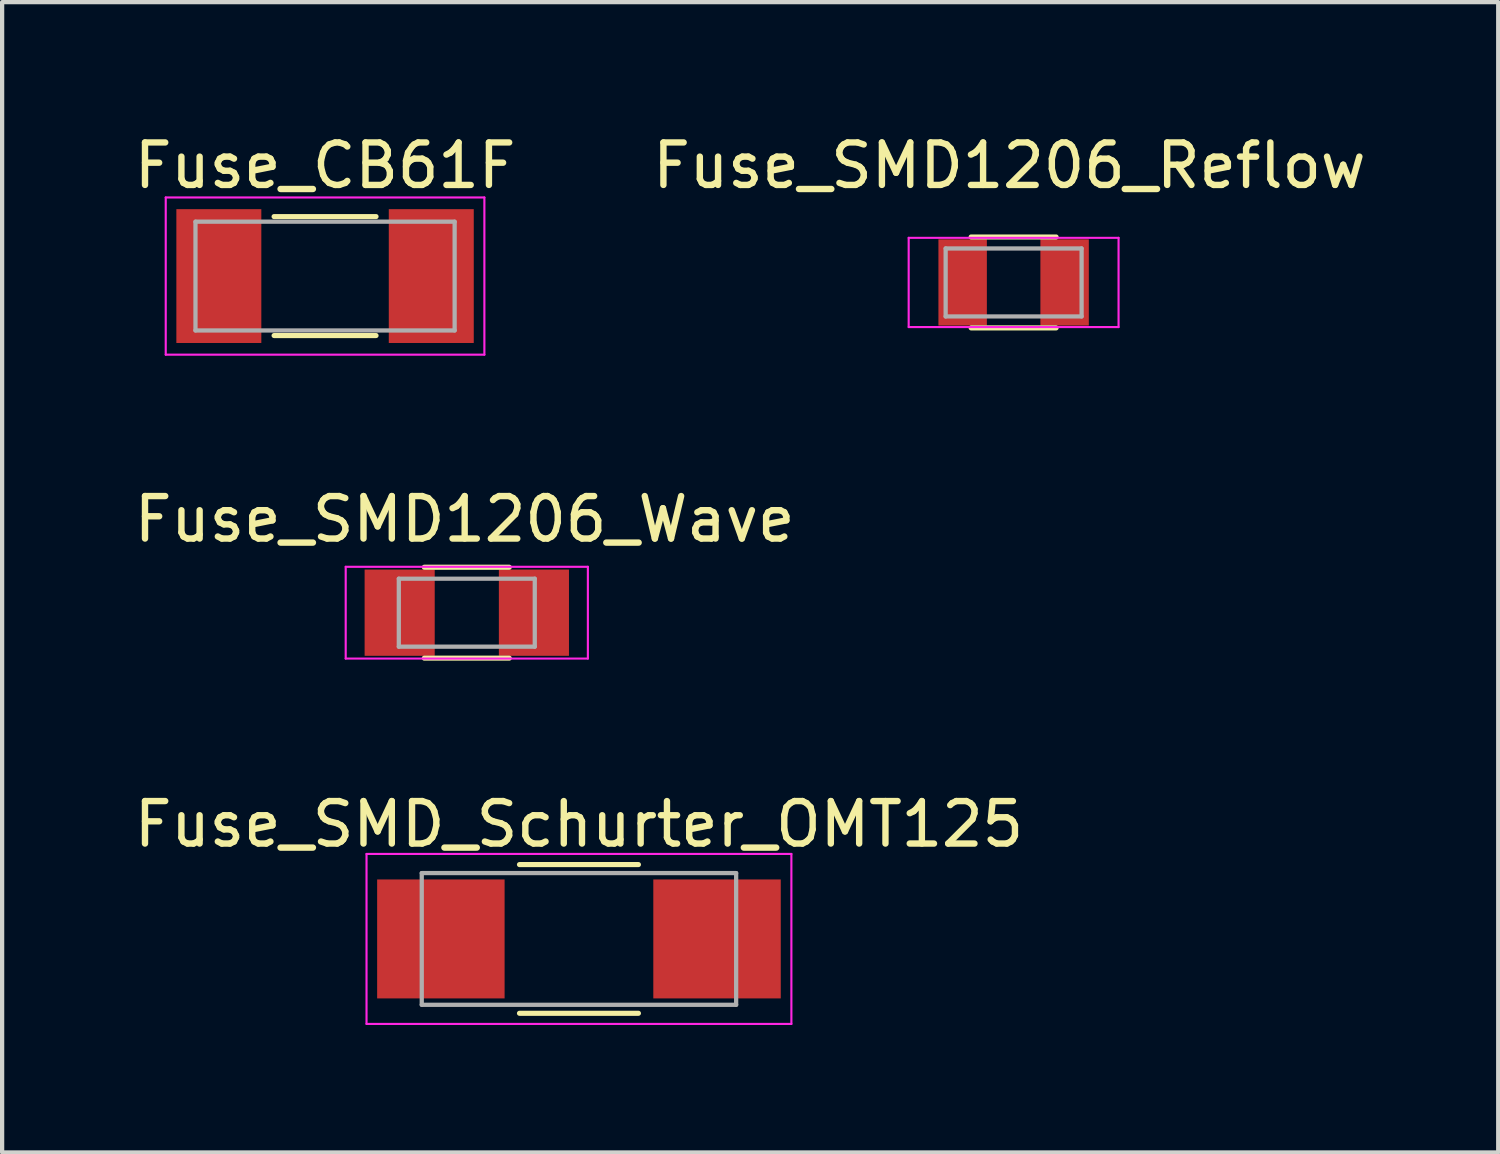
<source format=kicad_pcb>
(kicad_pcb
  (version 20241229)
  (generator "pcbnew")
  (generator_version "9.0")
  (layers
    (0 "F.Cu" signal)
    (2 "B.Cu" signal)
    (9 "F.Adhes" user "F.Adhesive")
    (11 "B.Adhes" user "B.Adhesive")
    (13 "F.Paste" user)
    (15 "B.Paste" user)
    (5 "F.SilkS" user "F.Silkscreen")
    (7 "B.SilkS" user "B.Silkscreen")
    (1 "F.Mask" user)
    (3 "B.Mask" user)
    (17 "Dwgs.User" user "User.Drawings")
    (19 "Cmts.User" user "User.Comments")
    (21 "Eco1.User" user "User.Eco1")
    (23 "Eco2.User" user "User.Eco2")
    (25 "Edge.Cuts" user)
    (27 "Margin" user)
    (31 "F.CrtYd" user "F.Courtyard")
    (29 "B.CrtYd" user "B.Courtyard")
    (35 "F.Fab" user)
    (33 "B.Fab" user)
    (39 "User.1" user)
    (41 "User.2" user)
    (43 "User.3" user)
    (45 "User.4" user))
  (footprint "Fuse_CB61F"
    (layer "F.Cu")
    (at 4.601 3.448)
    (property "Reference" "Fuse_CB61F" (at 0 -2.6 0) (layer "F.SilkS") (effects (font (size 1 1) (thickness 0.15))))
    (attr smd)
    (fp_line (start -1.2 -1.4) (end 1.2 -1.4) (stroke (width 0.12) (type solid)) (layer "F.SilkS"))
    (fp_line (start -1.2 1.4) (end 1.2 1.4) (stroke (width 0.12) (type solid)) (layer "F.SilkS"))
    (fp_line (start -3.75 -1.85) (end 3.75 -1.85) (stroke (width 0.05) (type solid)) (layer "F.CrtYd"))
    (fp_line (start -3.75 1.85) (end -3.75 -1.85) (stroke (width 0.05) (type solid)) (layer "F.CrtYd"))
    (fp_line (start 3.75 -1.85) (end 3.75 1.85) (stroke (width 0.05) (type solid)) (layer "F.CrtYd"))
    (fp_line (start 3.75 1.85) (end -3.75 1.85) (stroke (width 0.05) (type solid)) (layer "F.CrtYd"))
    (fp_line (start -3.05 -1.28) (end 3.05 -1.28) (stroke (width 0.1) (type solid)) (layer "F.Fab"))
    (fp_line (start -3.05 1.28) (end -3.05 -1.28) (stroke (width 0.1) (type solid)) (layer "F.Fab"))
    (fp_line (start 3.05 -1.28) (end 3.05 1.28) (stroke (width 0.1) (type solid)) (layer "F.Fab"))
    (fp_line (start 3.05 1.28) (end -3.05 1.28) (stroke (width 0.1) (type solid)) (layer "F.Fab"))
    (pad "1" smd rect (at -2.5 0) (size 2 3.15) (layers "F.Cu" "F.Mask" "F.Paste"))
    (pad "2" smd rect (at 2.5 0) (size 2 3.15) (layers "F.Cu" "F.Mask" "F.Paste")))
  (footprint "Fuse_SMD1206_Reflow"
    (layer "F.Cu")
    (at 20.808 3.598)
    (property "Reference" "Fuse_SMD1206_Reflow" (at -0.1 -2.75 0) (layer "F.SilkS") (effects (font (size 1 1) (thickness 0.15))))
    (attr smd)
    (fp_line (start -1 -1.07) (end 1 -1.07) (stroke (width 0.12) (type solid)) (layer "F.SilkS"))
    (fp_line (start 1 1.07) (end -1 1.07) (stroke (width 0.12) (type solid)) (layer "F.SilkS"))
    (fp_line (start -2.47 -1.05) (end -2.47 1.05) (stroke (width 0.05) (type solid)) (layer "F.CrtYd"))
    (fp_line (start -2.47 -1.05) (end 2.47 -1.05) (stroke (width 0.05) (type solid)) (layer "F.CrtYd"))
    (fp_line (start 2.47 1.05) (end -2.47 1.05) (stroke (width 0.05) (type solid)) (layer "F.CrtYd"))
    (fp_line (start 2.47 1.05) (end 2.47 -1.05) (stroke (width 0.05) (type solid)) (layer "F.CrtYd"))
    (fp_line (start -1.6 -0.8) (end 1.6 -0.8) (stroke (width 0.1) (type solid)) (layer "F.Fab"))
    (fp_line (start -1.6 0.8) (end -1.6 -0.8) (stroke (width 0.1) (type solid)) (layer "F.Fab"))
    (fp_line (start 1.6 -0.8) (end 1.6 0.8) (stroke (width 0.1) (type solid)) (layer "F.Fab"))
    (fp_line (start 1.6 0.8) (end -1.6 0.8) (stroke (width 0.1) (type solid)) (layer "F.Fab"))
    (pad "1" smd rect (at -1.2 0 90) (size 2.03 1.14) (layers "F.Cu" "F.Mask" "F.Paste"))
    (pad "2" smd rect (at 1.2 0 90) (size 2.03 1.14) (layers "F.Cu" "F.Mask" "F.Paste")))
  (footprint "Fuse_SMD_Schurter_OMT125"
    (layer "F.Cu")
    (at 10.577 19.05)
    (property "Reference" "Fuse_SMD_Schurter_OMT125" (at 0 -2.7 0) (layer "F.SilkS") (effects (font (size 1 1) (thickness 0.15))))
    (attr smd)
    (fp_line (start -1.4 -1.75) (end 1.4 -1.75) (stroke (width 0.12) (type solid)) (layer "F.SilkS"))
    (fp_line (start -1.4 1.75) (end 1.4 1.75) (stroke (width 0.12) (type solid)) (layer "F.SilkS"))
    (fp_line (start -5 -2) (end -5 2) (stroke (width 0.05) (type solid)) (layer "F.CrtYd"))
    (fp_line (start -5 2) (end 5 2) (stroke (width 0.05) (type solid)) (layer "F.CrtYd"))
    (fp_line (start 5 -2) (end -5 -2) (stroke (width 0.05) (type solid)) (layer "F.CrtYd"))
    (fp_line (start 5 -2) (end 5 2) (stroke (width 0.05) (type solid)) (layer "F.CrtYd"))
    (fp_line (start -3.7 -1.55) (end -3.7 1.55) (stroke (width 0.1) (type solid)) (layer "F.Fab"))
    (fp_line (start -3.7 1.55) (end 3.7 1.55) (stroke (width 0.1) (type solid)) (layer "F.Fab"))
    (fp_line (start 3.7 -1.55) (end -3.7 -1.55) (stroke (width 0.1) (type solid)) (layer "F.Fab"))
    (fp_line (start 3.7 1.55) (end 3.7 -1.55) (stroke (width 0.1) (type solid)) (layer "F.Fab"))
    (pad "1" smd rect (at -3.25 0) (size 3 2.8) (layers "F.Cu" "F.Mask" "F.Paste"))
    (pad "2" smd rect (at 3.25 0) (size 3 2.8) (layers "F.Cu" "F.Mask" "F.Paste")))
  (footprint "Fuse_SMD1206_Wave"
    (layer "F.Cu")
    (at 7.937 11.371)
    (property "Reference" "Fuse_SMD1206_Wave" (at -0.05 -2.2 0) (layer "F.SilkS") (effects (font (size 1 1) (thickness 0.15))))
    (attr smd)
    (fp_line (start -1 -1.07) (end 1 -1.07) (stroke (width 0.12) (type solid)) (layer "F.SilkS"))
    (fp_line (start 1 1.07) (end -1 1.07) (stroke (width 0.12) (type solid)) (layer "F.SilkS"))
    (fp_line (start -2.85 -1.08) (end -2.85 1.08) (stroke (width 0.05) (type solid)) (layer "F.CrtYd"))
    (fp_line (start -2.85 -1.08) (end 2.85 -1.08) (stroke (width 0.05) (type solid)) (layer "F.CrtYd"))
    (fp_line (start 2.85 1.08) (end -2.85 1.08) (stroke (width 0.05) (type solid)) (layer "F.CrtYd"))
    (fp_line (start 2.85 1.08) (end 2.85 -1.08) (stroke (width 0.05) (type solid)) (layer "F.CrtYd"))
    (fp_line (start -1.6 -0.8) (end 1.6 -0.8) (stroke (width 0.1) (type solid)) (layer "F.Fab"))
    (fp_line (start -1.6 0.8) (end -1.6 -0.8) (stroke (width 0.1) (type solid)) (layer "F.Fab"))
    (fp_line (start 1.6 -0.8) (end 1.6 0.8) (stroke (width 0.1) (type solid)) (layer "F.Fab"))
    (fp_line (start 1.6 0.8) (end -1.6 0.8) (stroke (width 0.1) (type solid)) (layer "F.Fab"))
    (pad "1" smd rect (at -1.58 0 90) (size 2.03 1.65) (layers "F.Cu" "F.Mask" "F.Paste"))
    (pad "2" smd rect (at 1.58 0 90) (size 2.03 1.65) (layers "F.Cu" "F.Mask" "F.Paste")))
  (gr_rect
    (start -3 -3)
    (end 32.214 24.075)
    (stroke (width 0.1) (type default))
    (fill no)
    (layer "Edge.Cuts")))
</source>
